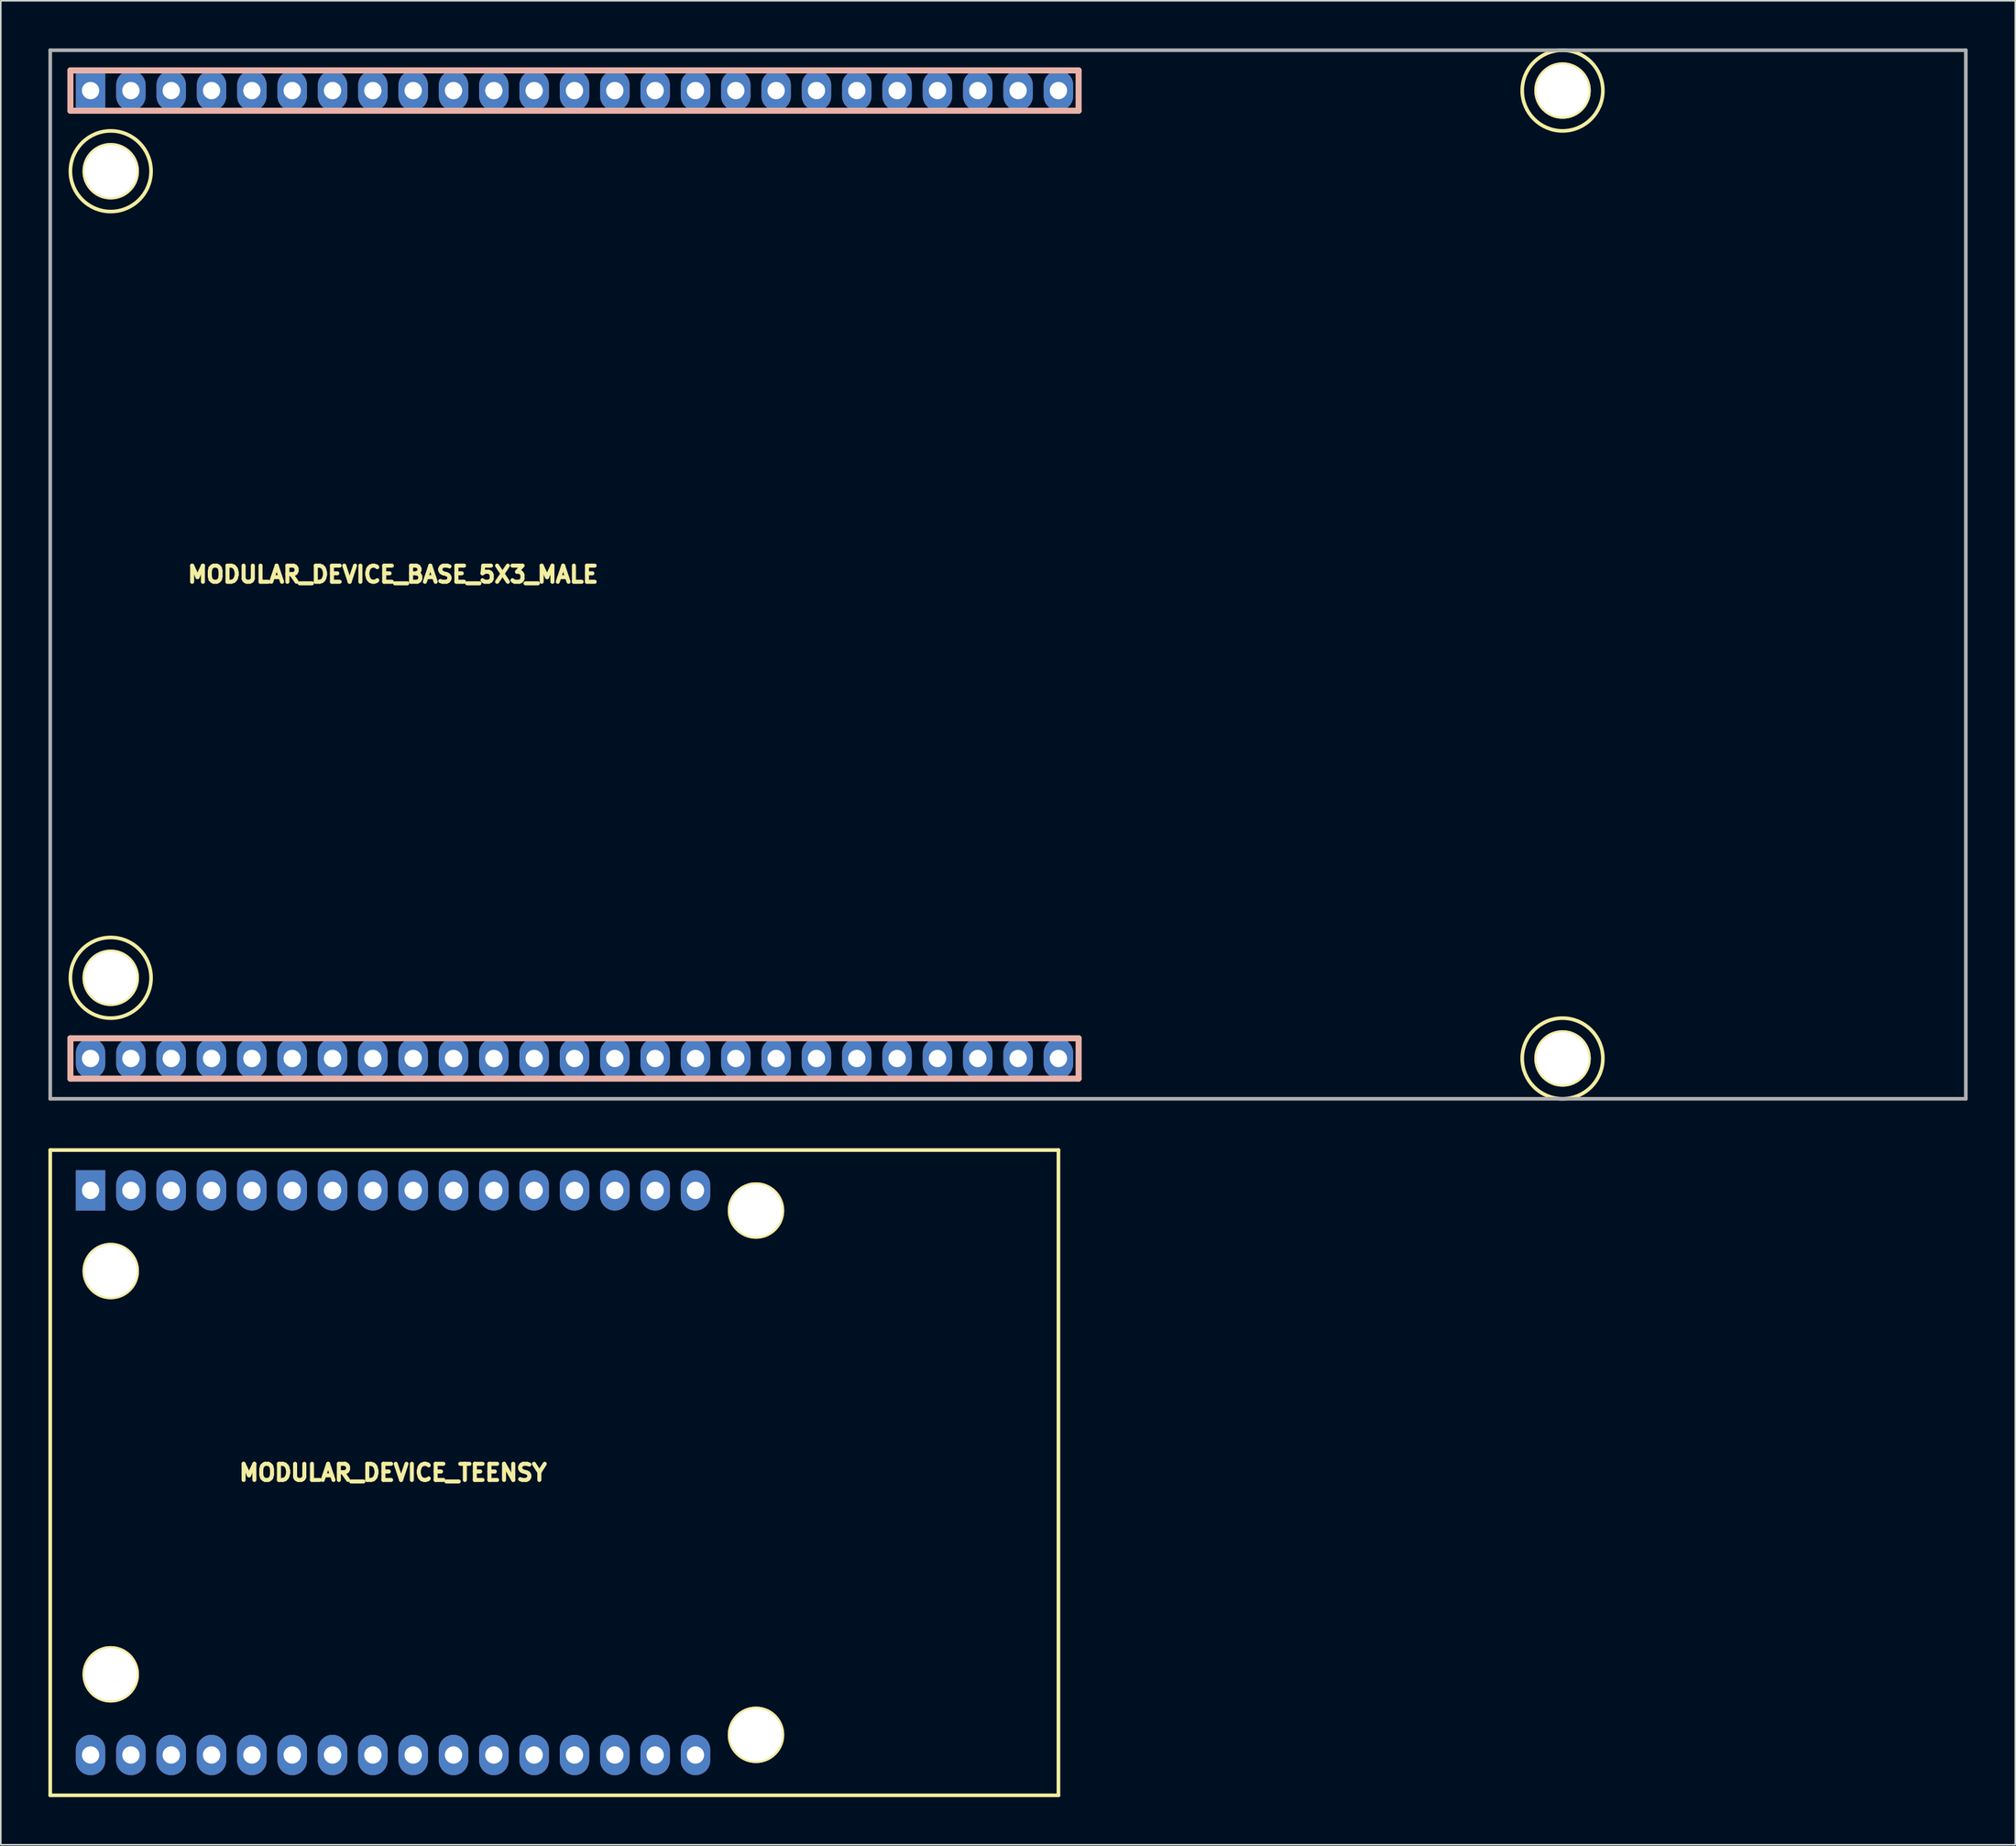
<source format=kicad_pcb>
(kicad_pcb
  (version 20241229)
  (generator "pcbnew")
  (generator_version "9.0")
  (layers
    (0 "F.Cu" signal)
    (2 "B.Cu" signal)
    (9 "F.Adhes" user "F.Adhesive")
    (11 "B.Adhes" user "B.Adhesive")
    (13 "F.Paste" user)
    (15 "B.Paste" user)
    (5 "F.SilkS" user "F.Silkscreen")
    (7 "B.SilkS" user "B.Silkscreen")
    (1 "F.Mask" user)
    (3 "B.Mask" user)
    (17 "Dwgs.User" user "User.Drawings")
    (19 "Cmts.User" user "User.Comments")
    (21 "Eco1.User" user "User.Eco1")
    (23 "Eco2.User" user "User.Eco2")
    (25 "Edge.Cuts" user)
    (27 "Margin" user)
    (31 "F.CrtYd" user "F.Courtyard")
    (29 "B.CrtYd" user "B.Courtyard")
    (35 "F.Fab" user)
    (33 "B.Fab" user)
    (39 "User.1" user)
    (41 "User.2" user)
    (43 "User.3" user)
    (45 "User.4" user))
  (footprint "MODULAR_DEVICE_TEENSY"
    (layer "F.Cu")
    (at 21.704 89.703)
    (property "Reference" "MODULAR_DEVICE_TEENSY" (at 0 0 0) (layer "F.SilkS") (effects (font (size 1.016 1.016) (thickness 0.254))))
    (attr through_hole)
    (fp_line (start -21.59 -20.32) (end -21.59 20.32) (stroke (width 0.229) (type solid)) (layer "F.SilkS"))
    (fp_line (start -21.59 20.32) (end 41.91 20.32) (stroke (width 0.229) (type solid)) (layer "F.SilkS"))
    (fp_line (start 41.91 -20.32) (end -21.59 -20.32) (stroke (width 0.229) (type solid)) (layer "F.SilkS"))
    (fp_line (start 41.91 20.32) (end 41.91 -20.32) (stroke (width 0.229) (type solid)) (layer "F.SilkS"))
    (pad "" thru_hole circle (at -17.78 -12.7) (size 3.556 3.556) (drill 3.302) (layers "*.Cu" "*.Mask" "F.SilkS"))
    (pad "" thru_hole circle (at -17.78 12.7) (size 3.556 3.556) (drill 3.302) (layers "*.Cu" "*.Mask" "F.SilkS"))
    (pad "" thru_hole circle (at 22.86 -16.51) (size 3.556 3.556) (drill 3.302) (layers "*.Cu" "*.Mask" "F.SilkS"))
    (pad "" thru_hole circle (at 22.86 16.51) (size 3.556 3.556) (drill 3.302) (layers "*.Cu" "*.Mask" "F.SilkS"))
    (pad "2" thru_hole oval (at -8.89 -17.78) (size 1.854 2.54) (drill 1.092) (layers "*.Cu" "*.Mask"))
    (pad "3" thru_hole oval (at -6.35 -17.78) (size 1.854 2.54) (drill 1.092) (layers "*.Cu" "*.Mask"))
    (pad "3V3" thru_hole oval (at -11.43 17.78) (size 1.854 2.54) (drill 1.092) (layers "*.Cu" "*.Mask"))
    (pad "4" thru_hole oval (at -3.81 -17.78) (size 1.854 2.54) (drill 1.092) (layers "*.Cu" "*.Mask"))
    (pad "5" thru_hole oval (at -1.27 -17.78) (size 1.854 2.54) (drill 1.092) (layers "*.Cu" "*.Mask"))
    (pad "6" thru_hole oval (at 1.27 -17.78) (size 1.854 2.54) (drill 1.092) (layers "*.Cu" "*.Mask"))
    (pad "9" thru_hole oval (at 8.89 -17.78) (size 1.854 2.54) (drill 1.092) (layers "*.Cu" "*.Mask"))
    (pad "10" thru_hole oval (at 11.43 -17.78) (size 1.854 2.54) (drill 1.092) (layers "*.Cu" "*.Mask"))
    (pad "11" thru_hole oval (at 13.97 -17.78) (size 1.854 2.54) (drill 1.092) (layers "*.Cu" "*.Mask"))
    (pad "12" thru_hole oval (at 16.51 -17.78) (size 1.854 2.54) (drill 1.092) (layers "*.Cu" "*.Mask"))
    (pad "13" thru_hole oval (at 16.51 17.78) (size 1.854 2.54) (drill 1.092) (layers "*.Cu" "*.Mask"))
    (pad "14" thru_hole oval (at 13.97 17.78) (size 1.854 2.54) (drill 1.092) (layers "*.Cu" "*.Mask"))
    (pad "15" thru_hole oval (at 11.43 17.78) (size 1.854 2.54) (drill 1.092) (layers "*.Cu" "*.Mask"))
    (pad "16" thru_hole oval (at 8.89 17.78) (size 1.854 2.54) (drill 1.092) (layers "*.Cu" "*.Mask"))
    (pad "17" thru_hole oval (at 6.35 17.78) (size 1.854 2.54) (drill 1.092) (layers "*.Cu" "*.Mask"))
    (pad "18" thru_hole oval (at 3.81 17.78) (size 1.854 2.54) (drill 1.092) (layers "*.Cu" "*.Mask"))
    (pad "19" thru_hole oval (at 1.27 17.78) (size 1.854 2.54) (drill 1.092) (layers "*.Cu" "*.Mask"))
    (pad "20" thru_hole oval (at -1.27 17.78) (size 1.854 2.54) (drill 1.092) (layers "*.Cu" "*.Mask"))
    (pad "21" thru_hole oval (at -3.81 17.78) (size 1.854 2.54) (drill 1.092) (layers "*.Cu" "*.Mask"))
    (pad "22" thru_hole oval (at -6.35 17.78) (size 1.854 2.54) (drill 1.092) (layers "*.Cu" "*.Mask"))
    (pad "23" thru_hole oval (at -8.89 17.78) (size 1.854 2.54) (drill 1.092) (layers "*.Cu" "*.Mask"))
    (pad "24" thru_hole oval (at -13.97 -17.78) (size 1.854 2.54) (drill 1.092) (layers "*.Cu" "*.Mask"))
    (pad "25" thru_hole oval (at -11.43 -17.78) (size 1.854 2.54) (drill 1.092) (layers "*.Cu" "*.Mask"))
    (pad "28" thru_hole oval (at 19.05 -17.78) (size 1.854 2.54) (drill 1.092) (layers "*.Cu" "*.Mask"))
    (pad "29" thru_hole oval (at 6.35 -17.78) (size 1.854 2.54) (drill 1.092) (layers "*.Cu" "*.Mask"))
    (pad "30" thru_hole oval (at 3.81 -17.78) (size 1.854 2.54) (drill 1.092) (layers "*.Cu" "*.Mask"))
    (pad "AGND" thru_hole oval (at -13.97 17.78) (size 1.854 2.54) (drill 1.092) (layers "*.Cu" "*.Mask"))
    (pad "AREF" thru_hole oval (at -19.05 17.78) (size 1.854 2.54) (drill 1.092) (layers "*.Cu" "*.Mask"))
    (pad "DAC" thru_hole oval (at 19.05 17.78) (size 1.854 2.54) (drill 1.092) (layers "*.Cu" "*.Mask"))
    (pad "GND" thru_hole oval (at -16.51 -17.78) (size 1.854 2.54) (drill 1.092) (layers "*.Cu" "*.Mask"))
    (pad "VDD" thru_hole rect (at -19.05 -17.78) (size 1.854 2.54) (drill 1.092) (layers "*.Cu" "*.Mask"))
    (pad "VEE" thru_hole oval (at -16.51 17.78) (size 1.854 2.54) (drill 1.092) (layers "*.Cu" "*.Mask")))
  (footprint "MODULAR_DEVICE_BASE_5X3_MALE"
    (layer "F.Cu")
    (at 21.704 33.134)
    (property "Reference" "MODULAR_DEVICE_BASE_5X3_MALE" (at 0 0 0) (layer "F.SilkS") (effects (font (size 1.016 1.016) (thickness 0.254))))
    (attr through_hole)
    (fp_circle (center -17.78 -25.4) (end -15.24 -25.4) (stroke (width 0.229) (type solid)) (fill no) (layer "F.SilkS"))
    (fp_circle (center -17.78 25.4) (end -15.24 25.4) (stroke (width 0.229) (type solid)) (fill no) (layer "F.SilkS"))
    (fp_circle (center 73.66 -30.48) (end 76.2 -30.48) (stroke (width 0.229) (type solid)) (fill no) (layer "F.SilkS"))
    (fp_circle (center 73.66 30.48) (end 76.2 30.48) (stroke (width 0.229) (type solid)) (fill no) (layer "F.SilkS"))
    (fp_line (start -20.32 -31.75) (end -20.32 -29.21) (stroke (width 0.381) (type solid)) (layer "B.SilkS"))
    (fp_line (start -20.32 -31.75) (end 43.18 -31.75) (stroke (width 0.381) (type solid)) (layer "B.SilkS"))
    (fp_line (start -20.32 -29.21) (end 43.18 -29.21) (stroke (width 0.381) (type solid)) (layer "B.SilkS"))
    (fp_line (start -20.32 29.21) (end -20.32 31.75) (stroke (width 0.381) (type solid)) (layer "B.SilkS"))
    (fp_line (start -20.32 29.21) (end 43.18 29.21) (stroke (width 0.381) (type solid)) (layer "B.SilkS"))
    (fp_line (start -20.32 31.75) (end 43.18 31.75) (stroke (width 0.381) (type solid)) (layer "B.SilkS"))
    (fp_line (start 43.18 -29.21) (end 43.18 -31.75) (stroke (width 0.381) (type solid)) (layer "B.SilkS"))
    (fp_line (start 43.18 31.75) (end 43.18 29.21) (stroke (width 0.381) (type solid)) (layer "B.SilkS"))
    (fp_line (start -21.59 -33.02) (end -21.59 33.02) (stroke (width 0.229) (type solid)) (layer "F.Fab"))
    (fp_line (start -21.59 33.02) (end 99.06 33.02) (stroke (width 0.229) (type solid)) (layer "F.Fab"))
    (fp_line (start 99.06 -33.02) (end -21.59 -33.02) (stroke (width 0.229) (type solid)) (layer "F.Fab"))
    (fp_line (start 99.06 33.02) (end 99.06 -33.02) (stroke (width 0.229) (type solid)) (layer "F.Fab"))
    (pad "" thru_hole circle (at -17.78 -25.4) (size 3.556 3.556) (drill 3.302) (layers "*.Cu" "*.Mask" "F.SilkS"))
    (pad "" thru_hole circle (at -17.78 25.4) (size 3.556 3.556) (drill 3.302) (layers "*.Cu" "*.Mask" "F.SilkS"))
    (pad "" thru_hole circle (at 73.66 -30.48) (size 3.556 3.556) (drill 3.302) (layers "*.Cu" "*.Mask" "F.SilkS"))
    (pad "" thru_hole circle (at 73.66 30.48) (size 3.556 3.556) (drill 3.302) (layers "*.Cu" "*.Mask" "F.SilkS"))
    (pad "2" thru_hole oval (at -8.89 -30.48) (size 1.854 2.54) (drill 1.092) (layers "*.Cu" "*.Mask"))
    (pad "3V3" thru_hole oval (at -11.43 30.48) (size 1.854 2.54) (drill 1.092) (layers "*.Cu" "*.Mask"))
    (pad "5" thru_hole oval (at -1.27 -30.48) (size 1.854 2.54) (drill 1.092) (layers "*.Cu" "*.Mask"))
    (pad "6" thru_hole oval (at 1.27 -30.48) (size 1.854 2.54) (drill 1.092) (layers "*.Cu" "*.Mask"))
    (pad "11" thru_hole oval (at 13.97 -30.48) (size 1.854 2.54) (drill 1.092) (layers "*.Cu" "*.Mask"))
    (pad "12" thru_hole oval (at 16.51 -30.48) (size 1.854 2.54) (drill 1.092) (layers "*.Cu" "*.Mask"))
    (pad "13" thru_hole oval (at 16.51 30.48) (size 1.854 2.54) (drill 1.092) (layers "*.Cu" "*.Mask"))
    (pad "14" thru_hole oval (at 13.97 30.48) (size 1.854 2.54) (drill 1.092) (layers "*.Cu" "*.Mask"))
    (pad "15" thru_hole oval (at 11.43 30.48) (size 1.854 2.54) (drill 1.092) (layers "*.Cu" "*.Mask"))
    (pad "16" thru_hole oval (at 8.89 30.48) (size 1.854 2.54) (drill 1.092) (layers "*.Cu" "*.Mask"))
    (pad "17" thru_hole oval (at 6.35 30.48) (size 1.854 2.54) (drill 1.092) (layers "*.Cu" "*.Mask"))
    (pad "18" thru_hole oval (at 3.81 30.48) (size 1.854 2.54) (drill 1.092) (layers "*.Cu" "*.Mask"))
    (pad "19" thru_hole oval (at 1.27 30.48) (size 1.854 2.54) (drill 1.092) (layers "*.Cu" "*.Mask"))
    (pad "20" thru_hole oval (at -1.27 30.48) (size 1.854 2.54) (drill 1.092) (layers "*.Cu" "*.Mask"))
    (pad "21" thru_hole oval (at -3.81 30.48) (size 1.854 2.54) (drill 1.092) (layers "*.Cu" "*.Mask"))
    (pad "22" thru_hole oval (at -6.35 30.48) (size 1.854 2.54) (drill 1.092) (layers "*.Cu" "*.Mask"))
    (pad "23" thru_hole oval (at -8.89 30.48) (size 1.854 2.54) (drill 1.092) (layers "*.Cu" "*.Mask"))
    (pad "29" thru_hole oval (at 34.29 -30.48) (size 1.854 2.54) (drill 1.092) (layers "*.Cu" "*.Mask"))
    (pad "30" thru_hole oval (at 36.83 -30.48) (size 1.854 2.54) (drill 1.092) (layers "*.Cu" "*.Mask"))
    (pad "33" thru_hole oval (at 41.91 30.48) (size 1.854 2.54) (drill 1.092) (layers "*.Cu" "*.Mask"))
    (pad "34" thru_hole oval (at 39.37 30.48) (size 1.854 2.54) (drill 1.092) (layers "*.Cu" "*.Mask"))
    (pad "35" thru_hole oval (at 36.83 30.48) (size 1.854 2.54) (drill 1.092) (layers "*.Cu" "*.Mask"))
    (pad "36" thru_hole oval (at 34.29 30.48) (size 1.854 2.54) (drill 1.092) (layers "*.Cu" "*.Mask"))
    (pad "37" thru_hole oval (at 31.75 30.48) (size 1.854 2.54) (drill 1.092) (layers "*.Cu" "*.Mask"))
    (pad "38" thru_hole oval (at 29.21 30.48) (size 1.854 2.54) (drill 1.092) (layers "*.Cu" "*.Mask"))
    (pad "40" thru_hole oval (at 6.35 -30.48) (size 1.854 2.54) (drill 1.092) (layers "*.Cu" "*.Mask"))
    (pad "41" thru_hole oval (at 8.89 -30.48) (size 1.854 2.54) (drill 1.092) (layers "*.Cu" "*.Mask"))
    (pad "42" thru_hole oval (at 11.43 -30.48) (size 1.854 2.54) (drill 1.092) (layers "*.Cu" "*.Mask"))
    (pad "43" thru_hole oval (at 29.21 -30.48) (size 1.854 2.54) (drill 1.092) (layers "*.Cu" "*.Mask"))
    (pad "44" thru_hole oval (at 31.75 -30.48) (size 1.854 2.54) (drill 1.092) (layers "*.Cu" "*.Mask"))
    (pad "45" thru_hole oval (at 39.37 -30.48) (size 1.854 2.54) (drill 1.092) (layers "*.Cu" "*.Mask"))
    (pad "46" thru_hole oval (at 41.91 -30.48) (size 1.854 2.54) (drill 1.092) (layers "*.Cu" "*.Mask"))
    (pad "47" thru_hole oval (at 26.67 -30.48) (size 1.854 2.54) (drill 1.092) (layers "*.Cu" "*.Mask"))
    (pad "48" thru_hole oval (at 24.13 -30.48) (size 1.854 2.54) (drill 1.092) (layers "*.Cu" "*.Mask"))
    (pad "49" thru_hole oval (at 21.59 -30.48) (size 1.854 2.54) (drill 1.092) (layers "*.Cu" "*.Mask"))
    (pad "50" thru_hole oval (at 19.05 -30.48) (size 1.854 2.54) (drill 1.092) (layers "*.Cu" "*.Mask"))
    (pad "51" thru_hole oval (at 26.67 30.48) (size 1.854 2.54) (drill 1.092) (layers "*.Cu" "*.Mask"))
    (pad "52" thru_hole oval (at 3.81 -30.48) (size 1.854 2.54) (drill 1.092) (layers "*.Cu" "*.Mask"))
    (pad "53" thru_hole oval (at 19.05 30.48) (size 1.854 2.54) (drill 1.092) (layers "*.Cu" "*.Mask"))
    (pad "54" thru_hole oval (at -3.81 -30.48) (size 1.854 2.54) (drill 1.092) (layers "*.Cu" "*.Mask"))
    (pad "55" thru_hole oval (at -6.35 -30.48) (size 1.854 2.54) (drill 1.092) (layers "*.Cu" "*.Mask"))
    (pad "A10" thru_hole oval (at -13.97 -30.48) (size 1.854 2.54) (drill 1.092) (layers "*.Cu" "*.Mask"))
    (pad "A11" thru_hole oval (at -11.43 -30.48) (size 1.854 2.54) (drill 1.092) (layers "*.Cu" "*.Mask"))
    (pad "AGND" thru_hole oval (at -13.97 30.48) (size 1.854 2.54) (drill 1.092) (layers "*.Cu" "*.Mask"))
    (pad "AREF" thru_hole oval (at -19.05 30.48) (size 1.854 2.54) (drill 1.092) (layers "*.Cu" "*.Mask"))
    (pad "DAC0" thru_hole oval (at 24.13 30.48) (size 1.854 2.54) (drill 1.092) (layers "*.Cu" "*.Mask"))
    (pad "DAC1" thru_hole oval (at 21.59 30.48) (size 1.854 2.54) (drill 1.092) (layers "*.Cu" "*.Mask"))
    (pad "GND" thru_hole oval (at -16.51 -30.48) (size 1.854 2.54) (drill 1.092) (layers "*.Cu" "*.Mask"))
    (pad "VDD" thru_hole rect (at -19.05 -30.48) (size 1.854 2.54) (drill 1.092) (layers "*.Cu" "*.Mask"))
    (pad "VEE" thru_hole oval (at -16.51 30.48) (size 1.854 2.54) (drill 1.092) (layers "*.Cu" "*.Mask")))
  (gr_rect
    (start -3 -3)
    (end 123.879 113.137)
    (stroke (width 0.1) (type default))
    (fill no)
    (layer "Edge.Cuts")))
</source>
